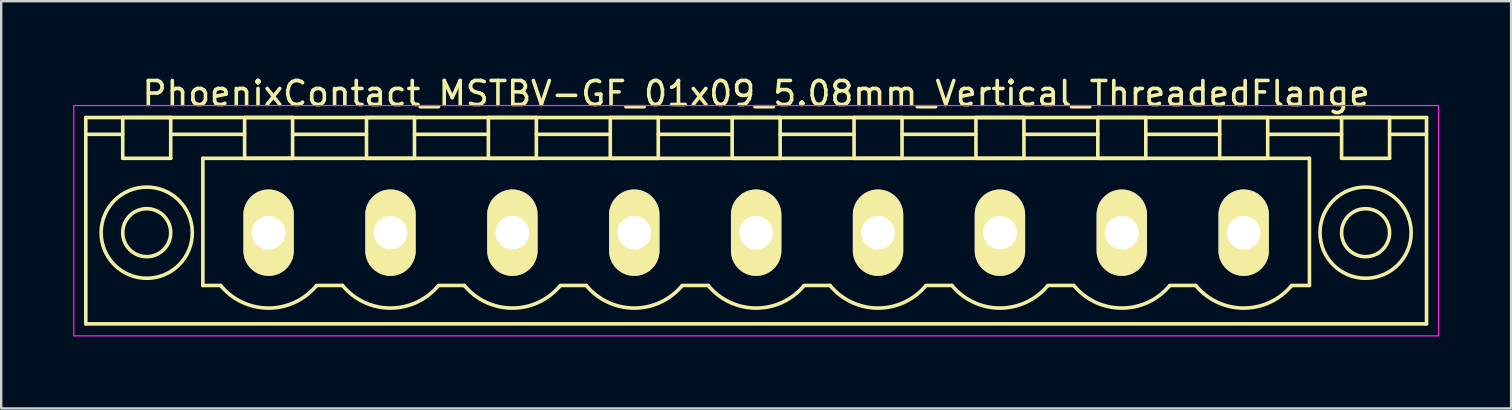
<source format=kicad_pcb>
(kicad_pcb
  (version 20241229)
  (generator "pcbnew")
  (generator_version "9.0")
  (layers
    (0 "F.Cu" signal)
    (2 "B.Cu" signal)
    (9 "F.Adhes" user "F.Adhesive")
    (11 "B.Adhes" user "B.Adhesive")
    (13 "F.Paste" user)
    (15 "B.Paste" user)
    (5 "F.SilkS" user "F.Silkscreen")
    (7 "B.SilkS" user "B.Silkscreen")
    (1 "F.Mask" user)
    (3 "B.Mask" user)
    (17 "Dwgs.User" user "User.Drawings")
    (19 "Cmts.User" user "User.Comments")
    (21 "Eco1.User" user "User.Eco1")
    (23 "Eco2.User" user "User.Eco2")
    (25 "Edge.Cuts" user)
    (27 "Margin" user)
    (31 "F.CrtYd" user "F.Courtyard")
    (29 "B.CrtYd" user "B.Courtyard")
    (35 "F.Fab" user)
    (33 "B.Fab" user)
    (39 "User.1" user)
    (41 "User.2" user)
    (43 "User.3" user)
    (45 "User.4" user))
  (footprint "PhoenixContact_MSTBV-GF_01x09_5.08mm_Vertical_ThreadedFlange"
    (layer "F.Cu")
    (at 8.145 6.648)
    (property "Reference" "PhoenixContact_MSTBV-GF_01x09_5.08mm_Vertical_ThreadedFlange" (at 20.32 -5.8 0) (layer "F.SilkS") (effects (font (size 1 1) (thickness 0.15))))
    (attr through_hole)
    (fp_line (start -7.62 -4.8) (end -7.62 3.8) (stroke (width 0.15) (type solid)) (layer "F.SilkS"))
    (fp_line (start -7.62 -4.1) (end -6.08 -4.1) (stroke (width 0.15) (type solid)) (layer "F.SilkS"))
    (fp_line (start -7.62 3.8) (end 48.26 3.8) (stroke (width 0.15) (type solid)) (layer "F.SilkS"))
    (fp_line (start -6.08 -4.8) (end -4.08 -4.8) (stroke (width 0.15) (type solid)) (layer "F.SilkS"))
    (fp_line (start -6.08 -3.1) (end -6.08 -4.8) (stroke (width 0.15) (type solid)) (layer "F.SilkS"))
    (fp_line (start -4.08 -4.8) (end -4.08 -3.1) (stroke (width 0.15) (type solid)) (layer "F.SilkS"))
    (fp_line (start -4.08 -4.1) (end -1 -4.1) (stroke (width 0.15) (type solid)) (layer "F.SilkS"))
    (fp_line (start -4.08 -3.1) (end -6.08 -3.1) (stroke (width 0.15) (type solid)) (layer "F.SilkS"))
    (fp_line (start -2.74 -3.1) (end 43.38 -3.1) (stroke (width 0.15) (type solid)) (layer "F.SilkS"))
    (fp_line (start -2.74 2.2) (end -2.74 -3.1) (stroke (width 0.15) (type solid)) (layer "F.SilkS"))
    (fp_line (start -2 2.2) (end -2.74 2.2) (stroke (width 0.15) (type solid)) (layer "F.SilkS"))
    (fp_line (start -1 -4.8) (end 1 -4.8) (stroke (width 0.15) (type solid)) (layer "F.SilkS"))
    (fp_line (start -1 -3.1) (end -1 -4.8) (stroke (width 0.15) (type solid)) (layer "F.SilkS"))
    (fp_line (start 1 -4.8) (end 1 -3.1) (stroke (width 0.15) (type solid)) (layer "F.SilkS"))
    (fp_line (start 1 -4.1) (end 4.08 -4.1) (stroke (width 0.15) (type solid)) (layer "F.SilkS"))
    (fp_line (start 1 -3.1) (end -1 -3.1) (stroke (width 0.15) (type solid)) (layer "F.SilkS"))
    (fp_line (start 2 2.2) (end 3.08 2.2) (stroke (width 0.15) (type solid)) (layer "F.SilkS"))
    (fp_line (start 4.08 -4.8) (end 6.08 -4.8) (stroke (width 0.15) (type solid)) (layer "F.SilkS"))
    (fp_line (start 4.08 -3.1) (end 4.08 -4.8) (stroke (width 0.15) (type solid)) (layer "F.SilkS"))
    (fp_line (start 6.08 -4.8) (end 6.08 -3.1) (stroke (width 0.15) (type solid)) (layer "F.SilkS"))
    (fp_line (start 6.08 -4.1) (end 9.16 -4.1) (stroke (width 0.15) (type solid)) (layer "F.SilkS"))
    (fp_line (start 6.08 -3.1) (end 4.08 -3.1) (stroke (width 0.15) (type solid)) (layer "F.SilkS"))
    (fp_line (start 7.08 2.2) (end 8.16 2.2) (stroke (width 0.15) (type solid)) (layer "F.SilkS"))
    (fp_line (start 9.16 -4.8) (end 11.16 -4.8) (stroke (width 0.15) (type solid)) (layer "F.SilkS"))
    (fp_line (start 9.16 -3.1) (end 9.16 -4.8) (stroke (width 0.15) (type solid)) (layer "F.SilkS"))
    (fp_line (start 11.16 -4.8) (end 11.16 -3.1) (stroke (width 0.15) (type solid)) (layer "F.SilkS"))
    (fp_line (start 11.16 -4.1) (end 14.24 -4.1) (stroke (width 0.15) (type solid)) (layer "F.SilkS"))
    (fp_line (start 11.16 -3.1) (end 9.16 -3.1) (stroke (width 0.15) (type solid)) (layer "F.SilkS"))
    (fp_line (start 12.16 2.2) (end 13.24 2.2) (stroke (width 0.15) (type solid)) (layer "F.SilkS"))
    (fp_line (start 14.24 -4.8) (end 16.24 -4.8) (stroke (width 0.15) (type solid)) (layer "F.SilkS"))
    (fp_line (start 14.24 -3.1) (end 14.24 -4.8) (stroke (width 0.15) (type solid)) (layer "F.SilkS"))
    (fp_line (start 16.24 -4.8) (end 16.24 -3.1) (stroke (width 0.15) (type solid)) (layer "F.SilkS"))
    (fp_line (start 16.24 -4.1) (end 19.32 -4.1) (stroke (width 0.15) (type solid)) (layer "F.SilkS"))
    (fp_line (start 16.24 -3.1) (end 14.24 -3.1) (stroke (width 0.15) (type solid)) (layer "F.SilkS"))
    (fp_line (start 17.24 2.2) (end 18.32 2.2) (stroke (width 0.15) (type solid)) (layer "F.SilkS"))
    (fp_line (start 19.32 -4.8) (end 21.32 -4.8) (stroke (width 0.15) (type solid)) (layer "F.SilkS"))
    (fp_line (start 19.32 -3.1) (end 19.32 -4.8) (stroke (width 0.15) (type solid)) (layer "F.SilkS"))
    (fp_line (start 21.32 -4.8) (end 21.32 -3.1) (stroke (width 0.15) (type solid)) (layer "F.SilkS"))
    (fp_line (start 21.32 -4.1) (end 24.4 -4.1) (stroke (width 0.15) (type solid)) (layer "F.SilkS"))
    (fp_line (start 21.32 -3.1) (end 19.32 -3.1) (stroke (width 0.15) (type solid)) (layer "F.SilkS"))
    (fp_line (start 22.32 2.2) (end 23.4 2.2) (stroke (width 0.15) (type solid)) (layer "F.SilkS"))
    (fp_line (start 24.4 -4.8) (end 26.4 -4.8) (stroke (width 0.15) (type solid)) (layer "F.SilkS"))
    (fp_line (start 24.4 -3.1) (end 24.4 -4.8) (stroke (width 0.15) (type solid)) (layer "F.SilkS"))
    (fp_line (start 26.4 -4.8) (end 26.4 -3.1) (stroke (width 0.15) (type solid)) (layer "F.SilkS"))
    (fp_line (start 26.4 -4.1) (end 29.48 -4.1) (stroke (width 0.15) (type solid)) (layer "F.SilkS"))
    (fp_line (start 26.4 -3.1) (end 24.4 -3.1) (stroke (width 0.15) (type solid)) (layer "F.SilkS"))
    (fp_line (start 27.4 2.2) (end 28.48 2.2) (stroke (width 0.15) (type solid)) (layer "F.SilkS"))
    (fp_line (start 29.48 -4.8) (end 31.48 -4.8) (stroke (width 0.15) (type solid)) (layer "F.SilkS"))
    (fp_line (start 29.48 -3.1) (end 29.48 -4.8) (stroke (width 0.15) (type solid)) (layer "F.SilkS"))
    (fp_line (start 31.48 -4.8) (end 31.48 -3.1) (stroke (width 0.15) (type solid)) (layer "F.SilkS"))
    (fp_line (start 31.48 -4.1) (end 34.56 -4.1) (stroke (width 0.15) (type solid)) (layer "F.SilkS"))
    (fp_line (start 31.48 -3.1) (end 29.48 -3.1) (stroke (width 0.15) (type solid)) (layer "F.SilkS"))
    (fp_line (start 32.48 2.2) (end 33.56 2.2) (stroke (width 0.15) (type solid)) (layer "F.SilkS"))
    (fp_line (start 34.56 -4.8) (end 36.56 -4.8) (stroke (width 0.15) (type solid)) (layer "F.SilkS"))
    (fp_line (start 34.56 -3.1) (end 34.56 -4.8) (stroke (width 0.15) (type solid)) (layer "F.SilkS"))
    (fp_line (start 36.56 -4.8) (end 36.56 -3.1) (stroke (width 0.15) (type solid)) (layer "F.SilkS"))
    (fp_line (start 36.56 -4.1) (end 39.64 -4.1) (stroke (width 0.15) (type solid)) (layer "F.SilkS"))
    (fp_line (start 36.56 -3.1) (end 34.56 -3.1) (stroke (width 0.15) (type solid)) (layer "F.SilkS"))
    (fp_line (start 37.56 2.2) (end 38.64 2.2) (stroke (width 0.15) (type solid)) (layer "F.SilkS"))
    (fp_line (start 39.64 -4.8) (end 41.64 -4.8) (stroke (width 0.15) (type solid)) (layer "F.SilkS"))
    (fp_line (start 39.64 -3.1) (end 39.64 -4.8) (stroke (width 0.15) (type solid)) (layer "F.SilkS"))
    (fp_line (start 41.64 -4.8) (end 41.64 -3.1) (stroke (width 0.15) (type solid)) (layer "F.SilkS"))
    (fp_line (start 41.64 -4.1) (end 44.72 -4.1) (stroke (width 0.15) (type solid)) (layer "F.SilkS"))
    (fp_line (start 41.64 -3.1) (end 39.64 -3.1) (stroke (width 0.15) (type solid)) (layer "F.SilkS"))
    (fp_line (start 43.38 -3.1) (end 43.38 2.2) (stroke (width 0.15) (type solid)) (layer "F.SilkS"))
    (fp_line (start 43.38 2.2) (end 42.64 2.2) (stroke (width 0.15) (type solid)) (layer "F.SilkS"))
    (fp_line (start 44.72 -4.8) (end 46.72 -4.8) (stroke (width 0.15) (type solid)) (layer "F.SilkS"))
    (fp_line (start 44.72 -3.1) (end 44.72 -4.8) (stroke (width 0.15) (type solid)) (layer "F.SilkS"))
    (fp_line (start 46.72 -4.8) (end 46.72 -3.1) (stroke (width 0.15) (type solid)) (layer "F.SilkS"))
    (fp_line (start 46.72 -3.1) (end 44.72 -3.1) (stroke (width 0.15) (type solid)) (layer "F.SilkS"))
    (fp_line (start 48.26 -4.8) (end -7.62 -4.8) (stroke (width 0.15) (type solid)) (layer "F.SilkS"))
    (fp_line (start 48.26 -4.1) (end 46.72 -4.1) (stroke (width 0.15) (type solid)) (layer "F.SilkS"))
    (fp_line (start 48.26 3.8) (end 48.26 -4.8) (stroke (width 0.15) (type solid)) (layer "F.SilkS"))
    (fp_arc (start 1.986842 2.215821) (mid -0.010289 3.142758) (end -2 2.2) (stroke (width 0.15) (type solid)) (layer "F.SilkS"))
    (fp_arc (start 7.066842 2.215821) (mid 5.069711 3.142758) (end 3.08 2.2) (stroke (width 0.15) (type solid)) (layer "F.SilkS"))
    (fp_arc (start 12.146842 2.215821) (mid 10.149711 3.142758) (end 8.16 2.2) (stroke (width 0.15) (type solid)) (layer "F.SilkS"))
    (fp_arc (start 17.226842 2.215821) (mid 15.229711 3.142758) (end 13.24 2.2) (stroke (width 0.15) (type solid)) (layer "F.SilkS"))
    (fp_arc (start 22.306842 2.215821) (mid 20.309711 3.142758) (end 18.32 2.2) (stroke (width 0.15) (type solid)) (layer "F.SilkS"))
    (fp_arc (start 27.386842 2.215821) (mid 25.389711 3.142758) (end 23.4 2.2) (stroke (width 0.15) (type solid)) (layer "F.SilkS"))
    (fp_arc (start 32.466842 2.215821) (mid 30.469711 3.142758) (end 28.48 2.2) (stroke (width 0.15) (type solid)) (layer "F.SilkS"))
    (fp_arc (start 37.546842 2.215821) (mid 35.549711 3.142758) (end 33.56 2.2) (stroke (width 0.15) (type solid)) (layer "F.SilkS"))
    (fp_arc (start 42.626842 2.215821) (mid 40.629711 3.142758) (end 38.64 2.2) (stroke (width 0.15) (type solid)) (layer "F.SilkS"))
    (fp_circle (center -5.08 0) (end -4.08 0) (stroke (width 0.15) (type solid)) (fill no) (layer "F.SilkS"))
    (fp_circle (center -5.08 0) (end -3.18 0) (stroke (width 0.15) (type solid)) (fill no) (layer "F.SilkS"))
    (fp_circle (center 45.72 0) (end 46.72 0) (stroke (width 0.15) (type solid)) (fill no) (layer "F.SilkS"))
    (fp_circle (center 45.72 0) (end 47.62 0) (stroke (width 0.15) (type solid)) (fill no) (layer "F.SilkS"))
    (fp_line (start -8.12 -5.3) (end -8.12 4.3) (stroke (width 0.05) (type solid)) (layer "F.CrtYd"))
    (fp_line (start -8.12 4.3) (end 48.76 4.3) (stroke (width 0.05) (type solid)) (layer "F.CrtYd"))
    (fp_line (start 48.76 -5.3) (end -8.12 -5.3) (stroke (width 0.05) (type solid)) (layer "F.CrtYd"))
    (fp_line (start 48.76 4.3) (end 48.76 -5.3) (stroke (width 0.05) (type solid)) (layer "F.CrtYd"))
    (pad "1" thru_hole oval (at 0 0) (size 2.1 3.6) (drill 1.4) (layers "*.Cu" "*.Mask" "F.SilkS"))
    (pad "2" thru_hole oval (at 5.08 0) (size 2.1 3.6) (drill 1.4) (layers "*.Cu" "*.Mask" "F.SilkS"))
    (pad "3" thru_hole oval (at 10.16 0) (size 2.1 3.6) (drill 1.4) (layers "*.Cu" "*.Mask" "F.SilkS"))
    (pad "4" thru_hole oval (at 15.24 0) (size 2.1 3.6) (drill 1.4) (layers "*.Cu" "*.Mask" "F.SilkS"))
    (pad "5" thru_hole oval (at 20.32 0) (size 2.1 3.6) (drill 1.4) (layers "*.Cu" "*.Mask" "F.SilkS"))
    (pad "6" thru_hole oval (at 25.4 0) (size 2.1 3.6) (drill 1.4) (layers "*.Cu" "*.Mask" "F.SilkS"))
    (pad "7" thru_hole oval (at 30.48 0) (size 2.1 3.6) (drill 1.4) (layers "*.Cu" "*.Mask" "F.SilkS"))
    (pad "8" thru_hole oval (at 35.56 0) (size 2.1 3.6) (drill 1.4) (layers "*.Cu" "*.Mask" "F.SilkS"))
    (pad "9" thru_hole oval (at 40.64 0) (size 2.1 3.6) (drill 1.4) (layers "*.Cu" "*.Mask" "F.SilkS")))
  (gr_rect
    (start -3 -3)
    (end 59.93 13.973)
    (stroke (width 0.1) (type default))
    (fill no)
    (layer "Edge.Cuts")))
</source>
